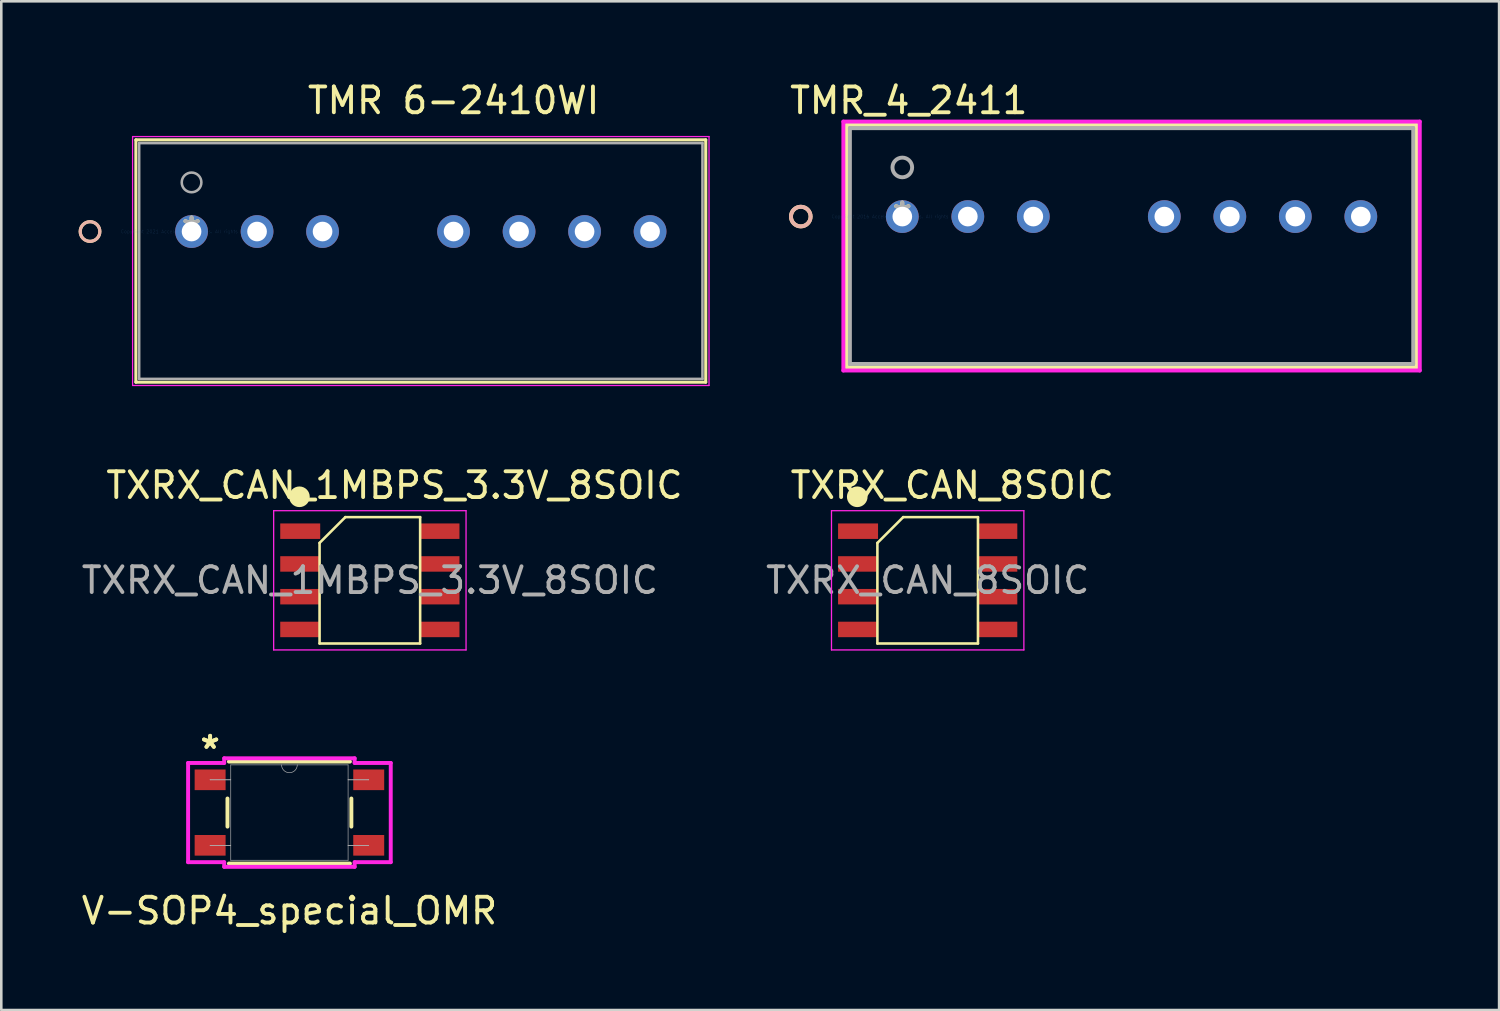
<source format=kicad_pcb>
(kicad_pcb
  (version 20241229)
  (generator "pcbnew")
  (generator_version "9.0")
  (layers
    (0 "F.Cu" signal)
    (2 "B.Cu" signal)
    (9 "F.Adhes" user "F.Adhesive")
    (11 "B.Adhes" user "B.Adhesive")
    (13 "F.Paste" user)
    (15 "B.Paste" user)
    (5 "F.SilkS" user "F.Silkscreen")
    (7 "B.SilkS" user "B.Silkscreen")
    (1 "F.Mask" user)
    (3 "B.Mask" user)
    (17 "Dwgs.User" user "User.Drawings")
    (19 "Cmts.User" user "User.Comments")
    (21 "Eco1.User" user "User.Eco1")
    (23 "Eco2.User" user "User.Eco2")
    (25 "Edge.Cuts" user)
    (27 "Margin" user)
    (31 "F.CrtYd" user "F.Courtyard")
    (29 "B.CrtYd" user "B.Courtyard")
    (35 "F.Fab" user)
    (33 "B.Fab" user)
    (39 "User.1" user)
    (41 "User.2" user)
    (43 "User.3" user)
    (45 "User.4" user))
  (footprint "TMR_4_2411"
    (layer "F.Cu")
    (at 31.939 5.348)
    (property "Reference" "TMR_4_2411" (at 0.25 -4.5 0) (layer "F.SilkS") (effects (font (size 1 1) (thickness 0.15))))
    (attr through_hole)
    (fp_line (start -2.159 -3.556) (end -2.159 5.842) (stroke (width 0.152) (type solid)) (layer "F.SilkS"))
    (fp_line (start -2.159 5.842) (end 19.939 5.842) (stroke (width 0.152) (type solid)) (layer "F.SilkS"))
    (fp_line (start 19.939 -3.556) (end -2.159 -3.556) (stroke (width 0.152) (type solid)) (layer "F.SilkS"))
    (fp_line (start 19.939 5.842) (end 19.939 -3.556) (stroke (width 0.152) (type solid)) (layer "F.SilkS"))
    (fp_circle (center -3.937 0) (end -3.556 0) (stroke (width 0.152) (type solid)) (fill no) (layer "F.SilkS"))
    (fp_circle (center -3.937 0) (end -3.556 0) (stroke (width 0.152) (type solid)) (fill no) (layer "B.SilkS"))
    (fp_line (start -2.286 -3.683) (end -2.286 5.969) (stroke (width 0.152) (type solid)) (layer "F.CrtYd"))
    (fp_line (start -2.286 5.969) (end 20.066 5.969) (stroke (width 0.152) (type solid)) (layer "F.CrtYd"))
    (fp_line (start 20.066 -3.683) (end -2.286 -3.683) (stroke (width 0.152) (type solid)) (layer "F.CrtYd"))
    (fp_line (start 20.066 5.969) (end 20.066 -3.683) (stroke (width 0.152) (type solid)) (layer "F.CrtYd"))
    (fp_line (start -2.032 -3.429) (end -2.032 5.715) (stroke (width 0.152) (type solid)) (layer "F.Fab"))
    (fp_line (start -2.032 5.715) (end 19.812 5.715) (stroke (width 0.152) (type solid)) (layer "F.Fab"))
    (fp_line (start 19.812 -3.429) (end -2.032 -3.429) (stroke (width 0.152) (type solid)) (layer "F.Fab"))
    (fp_line (start 19.812 5.715) (end 19.812 -3.429) (stroke (width 0.152) (type solid)) (layer "F.Fab"))
    (fp_circle (center 0 -1.905) (end 0.381 -1.905) (stroke (width 0.152) (type solid)) (fill no) (layer "F.Fab"))
    (fp_text user "*" (at 0 0 0) (layer "F.SilkS") (effects (font (size 1 1) (thickness 0.15))))
    (fp_text user "Copyright 2016 Accelerated Designs. All rights reserved." (at 0 0 0) (layer "Cmts.User") (effects (font (size 0.127 0.127) (thickness 0.002))))
    (fp_text user "*" (at 0 0 0) (layer "F.Fab") (effects (font (size 1 1) (thickness 0.15))))
    (pad "1" thru_hole circle (at 0 0) (size 1.27 1.27) (drill 0.762) (layers "*.Cu" "*.Mask"))
    (pad "2" thru_hole circle (at 2.54 0) (size 1.27 1.27) (drill 0.762) (layers "*.Cu" "*.Mask"))
    (pad "3" thru_hole circle (at 5.08 0) (size 1.27 1.27) (drill 0.762) (layers "*.Cu" "*.Mask"))
    (pad "5" thru_hole circle (at 10.16 0) (size 1.27 1.27) (drill 0.762) (layers "*.Cu" "*.Mask"))
    (pad "6" thru_hole circle (at 12.7 0) (size 1.27 1.27) (drill 0.762) (layers "*.Cu" "*.Mask"))
    (pad "7" thru_hole circle (at 15.24 0) (size 1.27 1.27) (drill 0.762) (layers "*.Cu" "*.Mask"))
    (pad "8" thru_hole circle (at 17.78 0) (size 1.27 1.27) (drill 0.762) (layers "*.Cu" "*.Mask")))
  (footprint "V-SOP4_special_OMR"
    (layer "F.Cu")
    (at 5.098 27.189)
    (property "Reference" "V-SOP4_special_OMR" (at 3.075 5.08 0) (unlocked yes) (layer "F.SilkS") (effects (font (size 1 1) (thickness 0.15))))
    (attr smd)
    (fp_line (start 0.673 0.725) (end 0.673 1.815) (stroke (width 0.152) (type solid)) (layer "F.SilkS"))
    (fp_line (start 0.728 3.247) (end 5.422 3.247) (stroke (width 0.152) (type solid)) (layer "F.SilkS"))
    (fp_line (start 5.422 -0.707) (end 0.728 -0.707) (stroke (width 0.152) (type solid)) (layer "F.SilkS"))
    (fp_line (start 5.477 1.815) (end 5.477 0.725) (stroke (width 0.152) (type solid)) (layer "F.SilkS"))
    (fp_line (start -0.854 -0.654) (end 0.546 -0.654) (stroke (width 0.152) (type solid)) (layer "F.CrtYd"))
    (fp_line (start -0.854 3.194) (end -0.854 -0.654) (stroke (width 0.152) (type solid)) (layer "F.CrtYd"))
    (fp_line (start 0.546 -0.834) (end 5.604 -0.834) (stroke (width 0.152) (type solid)) (layer "F.CrtYd"))
    (fp_line (start 0.546 -0.654) (end 0.546 -0.834) (stroke (width 0.152) (type solid)) (layer "F.CrtYd"))
    (fp_line (start 0.546 3.194) (end -0.854 3.194) (stroke (width 0.152) (type solid)) (layer "F.CrtYd"))
    (fp_line (start 0.546 3.374) (end 0.546 3.194) (stroke (width 0.152) (type solid)) (layer "F.CrtYd"))
    (fp_line (start 5.604 -0.834) (end 5.604 -0.654) (stroke (width 0.152) (type solid)) (layer "F.CrtYd"))
    (fp_line (start 5.604 3.194) (end 5.604 3.374) (stroke (width 0.152) (type solid)) (layer "F.CrtYd"))
    (fp_line (start 5.604 3.374) (end 0.546 3.374) (stroke (width 0.152) (type solid)) (layer "F.CrtYd"))
    (fp_line (start 7.004 -0.654) (end 5.604 -0.654) (stroke (width 0.152) (type solid)) (layer "F.CrtYd"))
    (fp_line (start 7.004 -0.654) (end 7.004 3.194) (stroke (width 0.152) (type solid)) (layer "F.CrtYd"))
    (fp_line (start 7.004 3.194) (end 5.604 3.194) (stroke (width 0.152) (type solid)) (layer "F.CrtYd"))
    (fp_line (start 0 0) (end 0 0) (stroke (width 0.025) (type solid)) (layer "F.Fab"))
    (fp_line (start 0 0) (end 0.8 0) (stroke (width 0.025) (type solid)) (layer "F.Fab"))
    (fp_line (start 0 2.54) (end 0 2.54) (stroke (width 0.025) (type solid)) (layer "F.Fab"))
    (fp_line (start 0 2.54) (end 0.8 2.54) (stroke (width 0.025) (type solid)) (layer "F.Fab"))
    (fp_line (start 0.8 -0.58) (end 0.8 3.12) (stroke (width 0.025) (type solid)) (layer "F.Fab"))
    (fp_line (start 0.8 0) (end 0 0) (stroke (width 0.025) (type solid)) (layer "F.Fab"))
    (fp_line (start 0.8 0) (end 0.8 0) (stroke (width 0.025) (type solid)) (layer "F.Fab"))
    (fp_line (start 0.8 2.54) (end 0 2.54) (stroke (width 0.025) (type solid)) (layer "F.Fab"))
    (fp_line (start 0.8 2.54) (end 0.8 2.54) (stroke (width 0.025) (type solid)) (layer "F.Fab"))
    (fp_line (start 0.8 3.12) (end 5.35 3.12) (stroke (width 0.025) (type solid)) (layer "F.Fab"))
    (fp_line (start 5.35 -0.58) (end 0.8 -0.58) (stroke (width 0.025) (type solid)) (layer "F.Fab"))
    (fp_line (start 5.35 0) (end 5.35 0) (stroke (width 0.025) (type solid)) (layer "F.Fab"))
    (fp_line (start 5.35 0) (end 6.15 0) (stroke (width 0.025) (type solid)) (layer "F.Fab"))
    (fp_line (start 5.35 2.54) (end 5.35 2.54) (stroke (width 0.025) (type solid)) (layer "F.Fab"))
    (fp_line (start 5.35 2.54) (end 6.15 2.54) (stroke (width 0.025) (type solid)) (layer "F.Fab"))
    (fp_line (start 5.35 3.12) (end 5.35 -0.58) (stroke (width 0.025) (type solid)) (layer "F.Fab"))
    (fp_line (start 6.15 0) (end 5.35 0) (stroke (width 0.025) (type solid)) (layer "F.Fab"))
    (fp_line (start 6.15 0) (end 6.15 0) (stroke (width 0.025) (type solid)) (layer "F.Fab"))
    (fp_line (start 6.15 2.54) (end 5.35 2.54) (stroke (width 0.025) (type solid)) (layer "F.Fab"))
    (fp_line (start 6.15 2.54) (end 6.15 2.54) (stroke (width 0.025) (type solid)) (layer "F.Fab"))
    (fp_arc (start 3.3798 -0.58) (mid 3.075 -0.2752) (end 2.7702 -0.58) (stroke (width 0.0254) (type solid)) (layer "F.Fab"))
    (fp_text user "*" (at 0 -1.162 0) (layer "F.SilkS") (effects (font (size 1 1) (thickness 0.15))))
    (fp_text user "*" (at 0 -1.162 0) (unlocked yes) (layer "F.SilkS") (effects (font (size 1 1) (thickness 0.15))))
    (pad "1" smd rect (at 0 0) (size 1.2 0.8) (layers "F.Cu" "F.Mask" "F.Paste"))
    (pad "2" smd rect (at 0 2.54) (size 1.2 0.8) (layers "F.Cu" "F.Mask" "F.Paste"))
    (pad "3" smd rect (at 6.15 2.54) (size 1.2 0.8) (layers "F.Cu" "F.Mask" "F.Paste"))
    (pad "4" smd rect (at 6.15 0) (size 1.2 0.8) (layers "F.Cu" "F.Mask" "F.Paste")))
  (footprint "TXRX_CAN_1MBPS_3.3V_8SOIC"
    (layer "F.Cu")
    (at 11.292 19.453)
    (property "Reference" "TXRX_CAN_1MBPS_3.3V_8SOIC" (at 0.953 -3.683 0) (layer "F.SilkS") (effects (font (size 1 1) (thickness 0.15))))
    (attr smd)
    (fp_line (start -1.95 -1.45) (end -0.95 -2.45) (stroke (width 0.1) (type solid)) (layer "F.SilkS"))
    (fp_line (start -1.95 2.45) (end -1.95 -1.45) (stroke (width 0.1) (type solid)) (layer "F.SilkS"))
    (fp_line (start -0.95 -2.45) (end 1.95 -2.45) (stroke (width 0.1) (type solid)) (layer "F.SilkS"))
    (fp_line (start 1.95 -2.45) (end 1.95 2.45) (stroke (width 0.1) (type solid)) (layer "F.SilkS"))
    (fp_line (start 1.95 2.45) (end -1.95 2.45) (stroke (width 0.1) (type solid)) (layer "F.SilkS"))
    (fp_line (start -3.73 -2.7) (end -3.73 2.7) (stroke (width 0.05) (type solid)) (layer "F.CrtYd"))
    (fp_line (start -3.73 -2.7) (end 3.73 -2.7) (stroke (width 0.05) (type solid)) (layer "F.CrtYd"))
    (fp_line (start -3.73 2.7) (end 3.73 2.7) (stroke (width 0.05) (type solid)) (layer "F.CrtYd"))
    (fp_line (start 3.73 -2.7) (end 3.73 2.7) (stroke (width 0.05) (type solid)) (layer "F.CrtYd"))
    (fp_text user "${REFERENCE}" (at 0 0 0) (layer "F.Fab") (effects (font (size 1 1) (thickness 0.15))))
    (pad "" smd circle (at -2.731 -3.239) (size 0.8 0.8) (layers "F.SilkS"))
    (pad "1" smd rect (at -2.7 -1.905) (size 1.55 0.6) (layers "F.Cu" "F.Mask" "F.Paste"))
    (pad "2" smd rect (at -2.7 -0.635) (size 1.55 0.6) (layers "F.Cu" "F.Mask" "F.Paste"))
    (pad "3" smd rect (at -2.7 0.635) (size 1.55 0.6) (layers "F.Cu" "F.Mask" "F.Paste"))
    (pad "4" smd rect (at -2.7 1.905) (size 1.55 0.6) (layers "F.Cu" "F.Mask" "F.Paste"))
    (pad "5" smd rect (at 2.7 1.905) (size 1.55 0.6) (layers "F.Cu" "F.Mask" "F.Paste"))
    (pad "6" smd rect (at 2.7 0.635) (size 1.55 0.6) (layers "F.Cu" "F.Mask" "F.Paste"))
    (pad "7" smd rect (at 2.7 -0.635) (size 1.55 0.6) (layers "F.Cu" "F.Mask" "F.Paste"))
    (pad "8" smd rect (at 2.7 -1.905) (size 1.55 0.6) (layers "F.Cu" "F.Mask" "F.Paste")))
  (footprint "TMR 6-2410WI"
    (layer "F.Cu")
    (at 4.378 5.928)
    (property "Reference" "TMR 6-2410WI" (at 10.16 -5.08 0) (layer "F.SilkS") (effects (font (size 1 1) (thickness 0.15))))
    (attr through_hole)
    (fp_line (start -2.159 -3.556) (end -2.159 5.842) (stroke (width 0.12) (type solid)) (layer "F.SilkS"))
    (fp_line (start -2.159 5.842) (end 19.939 5.842) (stroke (width 0.12) (type solid)) (layer "F.SilkS"))
    (fp_line (start 19.939 -3.556) (end -2.159 -3.556) (stroke (width 0.12) (type solid)) (layer "F.SilkS"))
    (fp_line (start 19.939 5.842) (end 19.939 -3.556) (stroke (width 0.12) (type solid)) (layer "F.SilkS"))
    (fp_circle (center -3.937 0) (end -3.556 0) (stroke (width 0.12) (type solid)) (fill no) (layer "F.SilkS"))
    (fp_circle (center -3.937 0) (end -3.556 0) (stroke (width 0.12) (type solid)) (fill no) (layer "B.SilkS"))
    (fp_line (start -2.286 -3.683) (end -2.286 5.969) (stroke (width 0.05) (type solid)) (layer "F.CrtYd"))
    (fp_line (start -2.286 5.969) (end 20.066 5.969) (stroke (width 0.05) (type solid)) (layer "F.CrtYd"))
    (fp_line (start 20.066 -3.683) (end -2.286 -3.683) (stroke (width 0.05) (type solid)) (layer "F.CrtYd"))
    (fp_line (start 20.066 5.969) (end 20.066 -3.683) (stroke (width 0.05) (type solid)) (layer "F.CrtYd"))
    (fp_line (start -2.032 -3.429) (end -2.032 5.715) (stroke (width 0.1) (type solid)) (layer "F.Fab"))
    (fp_line (start -2.032 5.715) (end 19.812 5.715) (stroke (width 0.1) (type solid)) (layer "F.Fab"))
    (fp_line (start 19.812 -3.429) (end -2.032 -3.429) (stroke (width 0.1) (type solid)) (layer "F.Fab"))
    (fp_line (start 19.812 5.715) (end 19.812 -3.429) (stroke (width 0.1) (type solid)) (layer "F.Fab"))
    (fp_circle (center 0 -1.905) (end 0.381 -1.905) (stroke (width 0.1) (type solid)) (fill no) (layer "F.Fab"))
    (fp_text user "*" (at 0 0 0) (layer "F.SilkS") (effects (font (size 1 1) (thickness 0.15))))
    (fp_text user "Copyright 2021 Accelerated Designs. All rights reserved." (at 0 0 0) (layer "Cmts.User") (effects (font (size 0.127 0.127) (thickness 0.002))))
    (fp_text user "*" (at 0 0 0) (layer "F.Fab") (effects (font (size 1 1) (thickness 0.15))))
    (pad "1" thru_hole circle (at 0 0) (size 1.27 1.27) (drill 0.762) (layers "*.Cu" "*.Mask"))
    (pad "2" thru_hole circle (at 2.54 0) (size 1.27 1.27) (drill 0.762) (layers "*.Cu" "*.Mask"))
    (pad "3" thru_hole circle (at 5.08 0) (size 1.27 1.27) (drill 0.762) (layers "*.Cu" "*.Mask"))
    (pad "5" thru_hole circle (at 10.16 0) (size 1.27 1.27) (drill 0.762) (layers "*.Cu" "*.Mask"))
    (pad "6" thru_hole circle (at 12.7 0) (size 1.27 1.27) (drill 0.762) (layers "*.Cu" "*.Mask"))
    (pad "7" thru_hole circle (at 15.24 0) (size 1.27 1.27) (drill 0.762) (layers "*.Cu" "*.Mask"))
    (pad "8" thru_hole circle (at 17.78 0) (size 1.27 1.27) (drill 0.762) (layers "*.Cu" "*.Mask")))
  (footprint "TXRX_CAN_8SOIC"
    (layer "F.Cu")
    (at 32.923 19.453)
    (property "Reference" "TXRX_CAN_8SOIC" (at 0.953 -3.683 0) (layer "F.SilkS") (effects (font (size 1 1) (thickness 0.15))))
    (attr smd)
    (fp_line (start -1.95 -1.45) (end -0.95 -2.45) (stroke (width 0.1) (type solid)) (layer "F.SilkS"))
    (fp_line (start -1.95 2.45) (end -1.95 -1.45) (stroke (width 0.1) (type solid)) (layer "F.SilkS"))
    (fp_line (start -0.95 -2.45) (end 1.95 -2.45) (stroke (width 0.1) (type solid)) (layer "F.SilkS"))
    (fp_line (start 1.95 -2.45) (end 1.95 2.45) (stroke (width 0.1) (type solid)) (layer "F.SilkS"))
    (fp_line (start 1.95 2.45) (end -1.95 2.45) (stroke (width 0.1) (type solid)) (layer "F.SilkS"))
    (fp_line (start -3.73 -2.7) (end -3.73 2.7) (stroke (width 0.05) (type solid)) (layer "F.CrtYd"))
    (fp_line (start -3.73 -2.7) (end 3.73 -2.7) (stroke (width 0.05) (type solid)) (layer "F.CrtYd"))
    (fp_line (start -3.73 2.7) (end 3.73 2.7) (stroke (width 0.05) (type solid)) (layer "F.CrtYd"))
    (fp_line (start 3.73 -2.7) (end 3.73 2.7) (stroke (width 0.05) (type solid)) (layer "F.CrtYd"))
    (fp_text user "${REFERENCE}" (at 0 0 0) (layer "F.Fab") (effects (font (size 1 1) (thickness 0.15))))
    (pad "" smd circle (at -2.731 -3.239) (size 0.8 0.8) (layers "F.SilkS"))
    (pad "1" smd rect (at -2.7 -1.905) (size 1.55 0.6) (layers "F.Cu" "F.Mask" "F.Paste"))
    (pad "2" smd rect (at -2.7 -0.635) (size 1.55 0.6) (layers "F.Cu" "F.Mask" "F.Paste"))
    (pad "3" smd rect (at -2.7 0.635) (size 1.55 0.6) (layers "F.Cu" "F.Mask" "F.Paste"))
    (pad "4" smd rect (at -2.7 1.905) (size 1.55 0.6) (layers "F.Cu" "F.Mask" "F.Paste"))
    (pad "5" smd rect (at 2.7 1.905) (size 1.55 0.6) (layers "F.Cu" "F.Mask" "F.Paste"))
    (pad "6" smd rect (at 2.7 0.635) (size 1.55 0.6) (layers "F.Cu" "F.Mask" "F.Paste"))
    (pad "7" smd rect (at 2.7 -0.635) (size 1.55 0.6) (layers "F.Cu" "F.Mask" "F.Paste"))
    (pad "8" smd rect (at 2.7 -1.905) (size 1.55 0.6) (layers "F.Cu" "F.Mask" "F.Paste")))
  (gr_rect
    (start -3 -3)
    (end 55.081 36.117)
    (stroke (width 0.1) (type default))
    (fill no)
    (layer "Edge.Cuts")))
</source>
